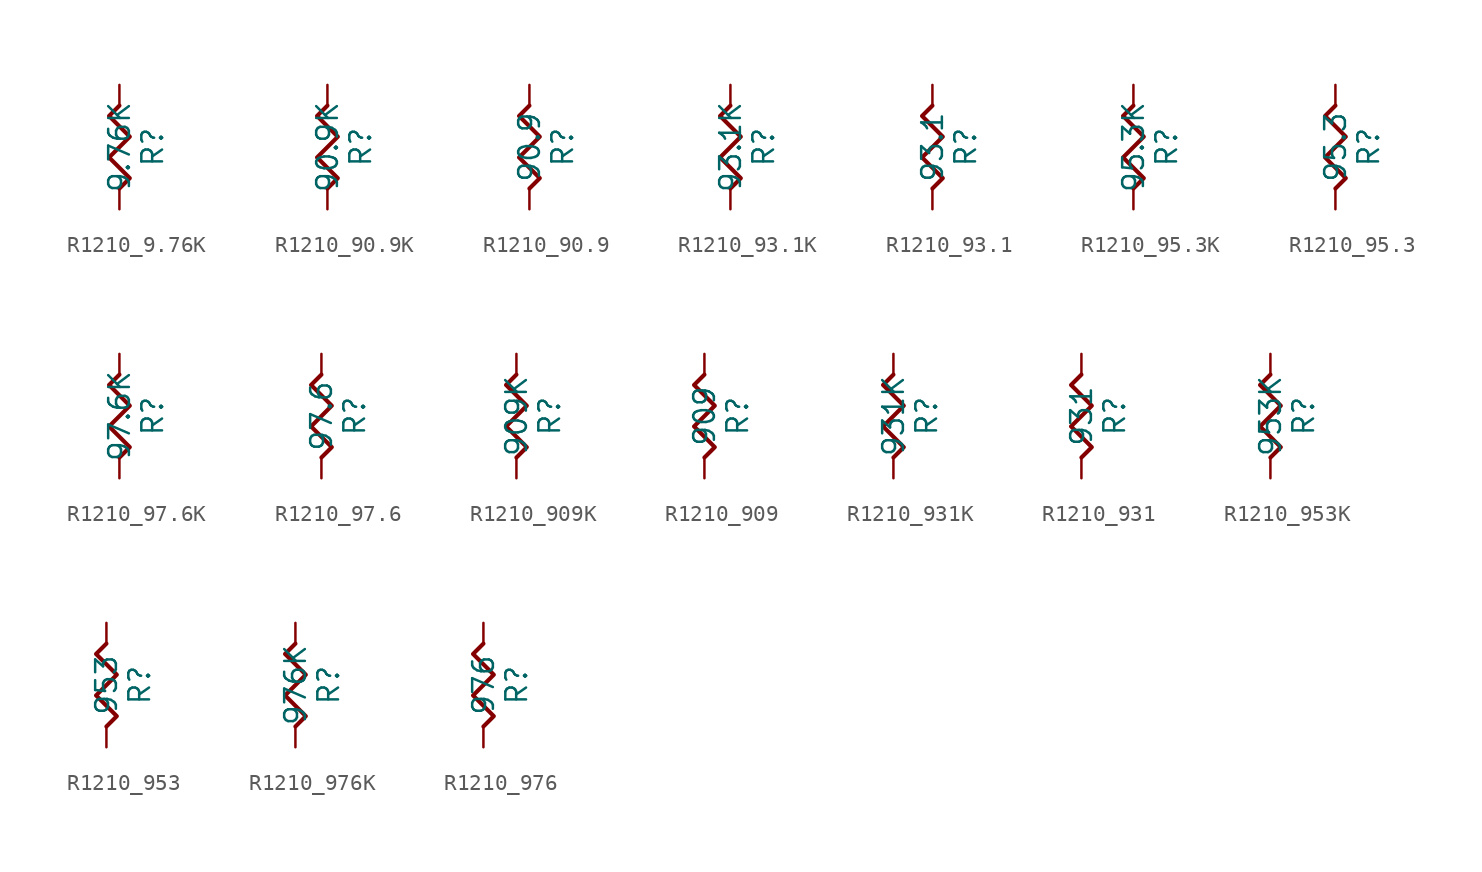
<source format=kicad_sym>
(kicad_symbol_lib
  (version 20211014)
  (generator atlantix-eda)
  (symbol "R1210_9.76K"
    (pin_numbers hide)
    (pin_names
      (offset 0))
    (property "Reference" "R"
      (at 2.032 0 90)
      (effects (font (size 1.27 1.27))))
    (property "Value" "9.76K"
      (at 0 0 90)
      (effects (font (size 1.27 1.27))))
    (symbol "R1210_9.76K_0_1"
      (polyline (pts (xy 0 -2.54) (xy 0.635 -1.905) (xy -0.635 -0.635) (xy 0.635 0.635) (xy -0.635 1.905) (xy 0 2.54)) (stroke (width 0.254) (type default) (color 0 0 0 0)) (fill (type none))))
    (symbol "R1210_9.76K_1_1"
      (pin passive line (at 0 3.81 270) (length 1.27) (name "~" (effects (font (size 1.27 1.27)))) (number "1" (effects (font (size 1.27 1.27)))))
      (pin passive line (at 0 -3.81 90) (length 1.27) (name "~" (effects (font (size 1.27 1.27)))) (number "2" (effects (font (size 1.27 1.27)))))))
  (symbol "R1210_90.9K"
    (pin_numbers hide)
    (pin_names
      (offset 0))
    (property "Reference" "R"
      (at 2.032 0 90)
      (effects (font (size 1.27 1.27))))
    (property "Value" "90.9K"
      (at 0 0 90)
      (effects (font (size 1.27 1.27))))
    (symbol "R1210_90.9K_0_1"
      (polyline (pts (xy 0 -2.54) (xy 0.635 -1.905) (xy -0.635 -0.635) (xy 0.635 0.635) (xy -0.635 1.905) (xy 0 2.54)) (stroke (width 0.254) (type default) (color 0 0 0 0)) (fill (type none))))
    (symbol "R1210_90.9K_1_1"
      (pin passive line (at 0 3.81 270) (length 1.27) (name "~" (effects (font (size 1.27 1.27)))) (number "1" (effects (font (size 1.27 1.27)))))
      (pin passive line (at 0 -3.81 90) (length 1.27) (name "~" (effects (font (size 1.27 1.27)))) (number "2" (effects (font (size 1.27 1.27)))))))
  (symbol "R1210_90.9"
    (pin_numbers hide)
    (pin_names
      (offset 0))
    (property "Reference" "R"
      (at 2.032 0 90)
      (effects (font (size 1.27 1.27))))
    (property "Value" "90.9"
      (at 0 0 90)
      (effects (font (size 1.27 1.27))))
    (symbol "R1210_90.9_0_1"
      (polyline (pts (xy 0 -2.54) (xy 0.635 -1.905) (xy -0.635 -0.635) (xy 0.635 0.635) (xy -0.635 1.905) (xy 0 2.54)) (stroke (width 0.254) (type default) (color 0 0 0 0)) (fill (type none))))
    (symbol "R1210_90.9_1_1"
      (pin passive line (at 0 3.81 270) (length 1.27) (name "~" (effects (font (size 1.27 1.27)))) (number "1" (effects (font (size 1.27 1.27)))))
      (pin passive line (at 0 -3.81 90) (length 1.27) (name "~" (effects (font (size 1.27 1.27)))) (number "2" (effects (font (size 1.27 1.27)))))))
  (symbol "R1210_93.1K"
    (pin_numbers hide)
    (pin_names
      (offset 0))
    (property "Reference" "R"
      (at 2.032 0 90)
      (effects (font (size 1.27 1.27))))
    (property "Value" "93.1K"
      (at 0 0 90)
      (effects (font (size 1.27 1.27))))
    (symbol "R1210_93.1K_0_1"
      (polyline (pts (xy 0 -2.54) (xy 0.635 -1.905) (xy -0.635 -0.635) (xy 0.635 0.635) (xy -0.635 1.905) (xy 0 2.54)) (stroke (width 0.254) (type default) (color 0 0 0 0)) (fill (type none))))
    (symbol "R1210_93.1K_1_1"
      (pin passive line (at 0 3.81 270) (length 1.27) (name "~" (effects (font (size 1.27 1.27)))) (number "1" (effects (font (size 1.27 1.27)))))
      (pin passive line (at 0 -3.81 90) (length 1.27) (name "~" (effects (font (size 1.27 1.27)))) (number "2" (effects (font (size 1.27 1.27)))))))
  (symbol "R1210_93.1"
    (pin_numbers hide)
    (pin_names
      (offset 0))
    (property "Reference" "R"
      (at 2.032 0 90)
      (effects (font (size 1.27 1.27))))
    (property "Value" "93.1"
      (at 0 0 90)
      (effects (font (size 1.27 1.27))))
    (symbol "R1210_93.1_0_1"
      (polyline (pts (xy 0 -2.54) (xy 0.635 -1.905) (xy -0.635 -0.635) (xy 0.635 0.635) (xy -0.635 1.905) (xy 0 2.54)) (stroke (width 0.254) (type default) (color 0 0 0 0)) (fill (type none))))
    (symbol "R1210_93.1_1_1"
      (pin passive line (at 0 3.81 270) (length 1.27) (name "~" (effects (font (size 1.27 1.27)))) (number "1" (effects (font (size 1.27 1.27)))))
      (pin passive line (at 0 -3.81 90) (length 1.27) (name "~" (effects (font (size 1.27 1.27)))) (number "2" (effects (font (size 1.27 1.27)))))))
  (symbol "R1210_95.3K"
    (pin_numbers hide)
    (pin_names
      (offset 0))
    (property "Reference" "R"
      (at 2.032 0 90)
      (effects (font (size 1.27 1.27))))
    (property "Value" "95.3K"
      (at 0 0 90)
      (effects (font (size 1.27 1.27))))
    (symbol "R1210_95.3K_0_1"
      (polyline (pts (xy 0 -2.54) (xy 0.635 -1.905) (xy -0.635 -0.635) (xy 0.635 0.635) (xy -0.635 1.905) (xy 0 2.54)) (stroke (width 0.254) (type default) (color 0 0 0 0)) (fill (type none))))
    (symbol "R1210_95.3K_1_1"
      (pin passive line (at 0 3.81 270) (length 1.27) (name "~" (effects (font (size 1.27 1.27)))) (number "1" (effects (font (size 1.27 1.27)))))
      (pin passive line (at 0 -3.81 90) (length 1.27) (name "~" (effects (font (size 1.27 1.27)))) (number "2" (effects (font (size 1.27 1.27)))))))
  (symbol "R1210_95.3"
    (pin_numbers hide)
    (pin_names
      (offset 0))
    (property "Reference" "R"
      (at 2.032 0 90)
      (effects (font (size 1.27 1.27))))
    (property "Value" "95.3"
      (at 0 0 90)
      (effects (font (size 1.27 1.27))))
    (symbol "R1210_95.3_0_1"
      (polyline (pts (xy 0 -2.54) (xy 0.635 -1.905) (xy -0.635 -0.635) (xy 0.635 0.635) (xy -0.635 1.905) (xy 0 2.54)) (stroke (width 0.254) (type default) (color 0 0 0 0)) (fill (type none))))
    (symbol "R1210_95.3_1_1"
      (pin passive line (at 0 3.81 270) (length 1.27) (name "~" (effects (font (size 1.27 1.27)))) (number "1" (effects (font (size 1.27 1.27)))))
      (pin passive line (at 0 -3.81 90) (length 1.27) (name "~" (effects (font (size 1.27 1.27)))) (number "2" (effects (font (size 1.27 1.27)))))))
  (symbol "R1210_97.6K"
    (pin_numbers hide)
    (pin_names
      (offset 0))
    (property "Reference" "R"
      (at 2.032 0 90)
      (effects (font (size 1.27 1.27))))
    (property "Value" "97.6K"
      (at 0 0 90)
      (effects (font (size 1.27 1.27))))
    (symbol "R1210_97.6K_0_1"
      (polyline (pts (xy 0 -2.54) (xy 0.635 -1.905) (xy -0.635 -0.635) (xy 0.635 0.635) (xy -0.635 1.905) (xy 0 2.54)) (stroke (width 0.254) (type default) (color 0 0 0 0)) (fill (type none))))
    (symbol "R1210_97.6K_1_1"
      (pin passive line (at 0 3.81 270) (length 1.27) (name "~" (effects (font (size 1.27 1.27)))) (number "1" (effects (font (size 1.27 1.27)))))
      (pin passive line (at 0 -3.81 90) (length 1.27) (name "~" (effects (font (size 1.27 1.27)))) (number "2" (effects (font (size 1.27 1.27)))))))
  (symbol "R1210_97.6"
    (pin_numbers hide)
    (pin_names
      (offset 0))
    (property "Reference" "R"
      (at 2.032 0 90)
      (effects (font (size 1.27 1.27))))
    (property "Value" "97.6"
      (at 0 0 90)
      (effects (font (size 1.27 1.27))))
    (symbol "R1210_97.6_0_1"
      (polyline (pts (xy 0 -2.54) (xy 0.635 -1.905) (xy -0.635 -0.635) (xy 0.635 0.635) (xy -0.635 1.905) (xy 0 2.54)) (stroke (width 0.254) (type default) (color 0 0 0 0)) (fill (type none))))
    (symbol "R1210_97.6_1_1"
      (pin passive line (at 0 3.81 270) (length 1.27) (name "~" (effects (font (size 1.27 1.27)))) (number "1" (effects (font (size 1.27 1.27)))))
      (pin passive line (at 0 -3.81 90) (length 1.27) (name "~" (effects (font (size 1.27 1.27)))) (number "2" (effects (font (size 1.27 1.27)))))))
  (symbol "R1210_909K"
    (pin_numbers hide)
    (pin_names
      (offset 0))
    (property "Reference" "R"
      (at 2.032 0 90)
      (effects (font (size 1.27 1.27))))
    (property "Value" "909K"
      (at 0 0 90)
      (effects (font (size 1.27 1.27))))
    (symbol "R1210_909K_0_1"
      (polyline (pts (xy 0 -2.54) (xy 0.635 -1.905) (xy -0.635 -0.635) (xy 0.635 0.635) (xy -0.635 1.905) (xy 0 2.54)) (stroke (width 0.254) (type default) (color 0 0 0 0)) (fill (type none))))
    (symbol "R1210_909K_1_1"
      (pin passive line (at 0 3.81 270) (length 1.27) (name "~" (effects (font (size 1.27 1.27)))) (number "1" (effects (font (size 1.27 1.27)))))
      (pin passive line (at 0 -3.81 90) (length 1.27) (name "~" (effects (font (size 1.27 1.27)))) (number "2" (effects (font (size 1.27 1.27)))))))
  (symbol "R1210_909"
    (pin_numbers hide)
    (pin_names
      (offset 0))
    (property "Reference" "R"
      (at 2.032 0 90)
      (effects (font (size 1.27 1.27))))
    (property "Value" "909"
      (at 0 0 90)
      (effects (font (size 1.27 1.27))))
    (symbol "R1210_909_0_1"
      (polyline (pts (xy 0 -2.54) (xy 0.635 -1.905) (xy -0.635 -0.635) (xy 0.635 0.635) (xy -0.635 1.905) (xy 0 2.54)) (stroke (width 0.254) (type default) (color 0 0 0 0)) (fill (type none))))
    (symbol "R1210_909_1_1"
      (pin passive line (at 0 3.81 270) (length 1.27) (name "~" (effects (font (size 1.27 1.27)))) (number "1" (effects (font (size 1.27 1.27)))))
      (pin passive line (at 0 -3.81 90) (length 1.27) (name "~" (effects (font (size 1.27 1.27)))) (number "2" (effects (font (size 1.27 1.27)))))))
  (symbol "R1210_931K"
    (pin_numbers hide)
    (pin_names
      (offset 0))
    (property "Reference" "R"
      (at 2.032 0 90)
      (effects (font (size 1.27 1.27))))
    (property "Value" "931K"
      (at 0 0 90)
      (effects (font (size 1.27 1.27))))
    (symbol "R1210_931K_0_1"
      (polyline (pts (xy 0 -2.54) (xy 0.635 -1.905) (xy -0.635 -0.635) (xy 0.635 0.635) (xy -0.635 1.905) (xy 0 2.54)) (stroke (width 0.254) (type default) (color 0 0 0 0)) (fill (type none))))
    (symbol "R1210_931K_1_1"
      (pin passive line (at 0 3.81 270) (length 1.27) (name "~" (effects (font (size 1.27 1.27)))) (number "1" (effects (font (size 1.27 1.27)))))
      (pin passive line (at 0 -3.81 90) (length 1.27) (name "~" (effects (font (size 1.27 1.27)))) (number "2" (effects (font (size 1.27 1.27)))))))
  (symbol "R1210_931"
    (pin_numbers hide)
    (pin_names
      (offset 0))
    (property "Reference" "R"
      (at 2.032 0 90)
      (effects (font (size 1.27 1.27))))
    (property "Value" "931"
      (at 0 0 90)
      (effects (font (size 1.27 1.27))))
    (symbol "R1210_931_0_1"
      (polyline (pts (xy 0 -2.54) (xy 0.635 -1.905) (xy -0.635 -0.635) (xy 0.635 0.635) (xy -0.635 1.905) (xy 0 2.54)) (stroke (width 0.254) (type default) (color 0 0 0 0)) (fill (type none))))
    (symbol "R1210_931_1_1"
      (pin passive line (at 0 3.81 270) (length 1.27) (name "~" (effects (font (size 1.27 1.27)))) (number "1" (effects (font (size 1.27 1.27)))))
      (pin passive line (at 0 -3.81 90) (length 1.27) (name "~" (effects (font (size 1.27 1.27)))) (number "2" (effects (font (size 1.27 1.27)))))))
  (symbol "R1210_953K"
    (pin_numbers hide)
    (pin_names
      (offset 0))
    (property "Reference" "R"
      (at 2.032 0 90)
      (effects (font (size 1.27 1.27))))
    (property "Value" "953K"
      (at 0 0 90)
      (effects (font (size 1.27 1.27))))
    (symbol "R1210_953K_0_1"
      (polyline (pts (xy 0 -2.54) (xy 0.635 -1.905) (xy -0.635 -0.635) (xy 0.635 0.635) (xy -0.635 1.905) (xy 0 2.54)) (stroke (width 0.254) (type default) (color 0 0 0 0)) (fill (type none))))
    (symbol "R1210_953K_1_1"
      (pin passive line (at 0 3.81 270) (length 1.27) (name "~" (effects (font (size 1.27 1.27)))) (number "1" (effects (font (size 1.27 1.27)))))
      (pin passive line (at 0 -3.81 90) (length 1.27) (name "~" (effects (font (size 1.27 1.27)))) (number "2" (effects (font (size 1.27 1.27)))))))
  (symbol "R1210_953"
    (pin_numbers hide)
    (pin_names
      (offset 0))
    (property "Reference" "R"
      (at 2.032 0 90)
      (effects (font (size 1.27 1.27))))
    (property "Value" "953"
      (at 0 0 90)
      (effects (font (size 1.27 1.27))))
    (symbol "R1210_953_0_1"
      (polyline (pts (xy 0 -2.54) (xy 0.635 -1.905) (xy -0.635 -0.635) (xy 0.635 0.635) (xy -0.635 1.905) (xy 0 2.54)) (stroke (width 0.254) (type default) (color 0 0 0 0)) (fill (type none))))
    (symbol "R1210_953_1_1"
      (pin passive line (at 0 3.81 270) (length 1.27) (name "~" (effects (font (size 1.27 1.27)))) (number "1" (effects (font (size 1.27 1.27)))))
      (pin passive line (at 0 -3.81 90) (length 1.27) (name "~" (effects (font (size 1.27 1.27)))) (number "2" (effects (font (size 1.27 1.27)))))))
  (symbol "R1210_976K"
    (pin_numbers hide)
    (pin_names
      (offset 0))
    (property "Reference" "R"
      (at 2.032 0 90)
      (effects (font (size 1.27 1.27))))
    (property "Value" "976K"
      (at 0 0 90)
      (effects (font (size 1.27 1.27))))
    (symbol "R1210_976K_0_1"
      (polyline (pts (xy 0 -2.54) (xy 0.635 -1.905) (xy -0.635 -0.635) (xy 0.635 0.635) (xy -0.635 1.905) (xy 0 2.54)) (stroke (width 0.254) (type default) (color 0 0 0 0)) (fill (type none))))
    (symbol "R1210_976K_1_1"
      (pin passive line (at 0 3.81 270) (length 1.27) (name "~" (effects (font (size 1.27 1.27)))) (number "1" (effects (font (size 1.27 1.27)))))
      (pin passive line (at 0 -3.81 90) (length 1.27) (name "~" (effects (font (size 1.27 1.27)))) (number "2" (effects (font (size 1.27 1.27)))))))
  (symbol "R1210_976"
    (pin_numbers hide)
    (pin_names
      (offset 0))
    (property "Reference" "R"
      (at 2.032 0 90)
      (effects (font (size 1.27 1.27))))
    (property "Value" "976"
      (at 0 0 90)
      (effects (font (size 1.27 1.27))))
    (symbol "R1210_976_0_1"
      (polyline (pts (xy 0 -2.54) (xy 0.635 -1.905) (xy -0.635 -0.635) (xy 0.635 0.635) (xy -0.635 1.905) (xy 0 2.54)) (stroke (width 0.254) (type default) (color 0 0 0 0)) (fill (type none))))
    (symbol "R1210_976_1_1"
      (pin passive line (at 0 3.81 270) (length 1.27) (name "~" (effects (font (size 1.27 1.27)))) (number "1" (effects (font (size 1.27 1.27)))))
      (pin passive line (at 0 -3.81 90) (length 1.27) (name "~" (effects (font (size 1.27 1.27)))) (number "2" (effects (font (size 1.27 1.27))))))))
</source>
